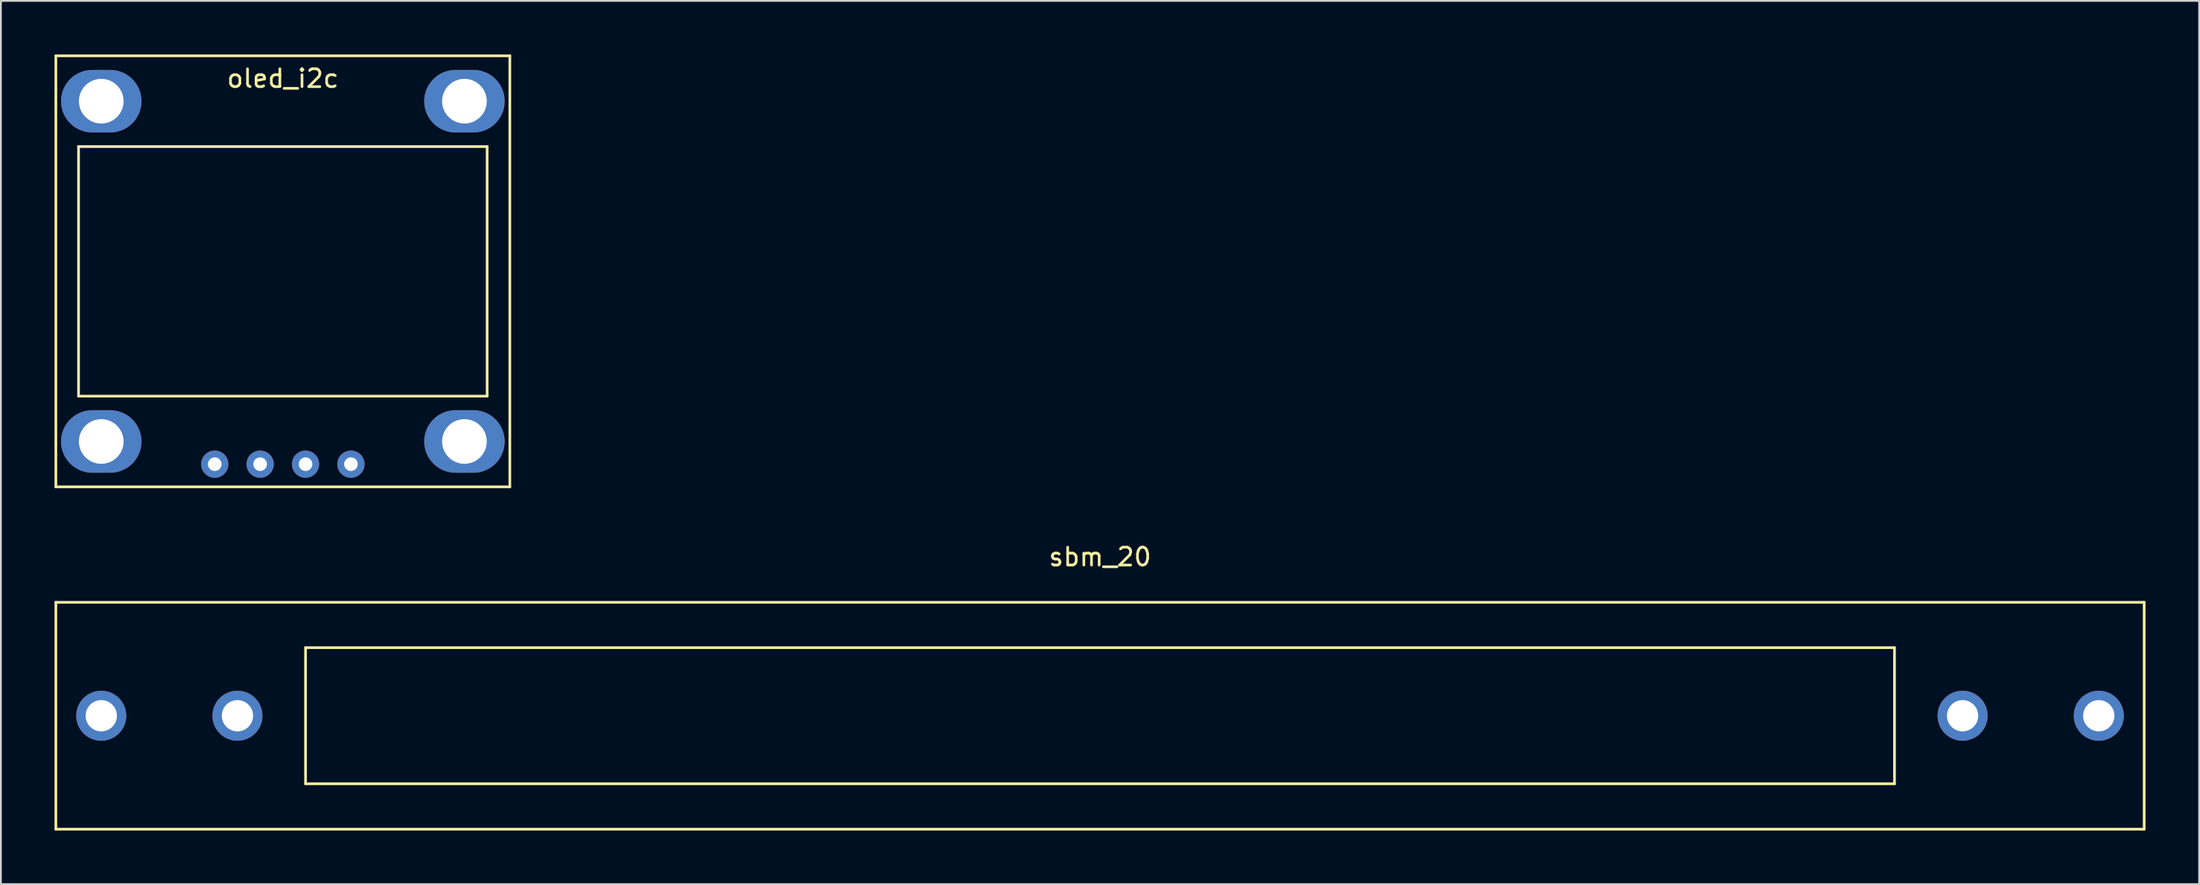
<source format=kicad_pcb>
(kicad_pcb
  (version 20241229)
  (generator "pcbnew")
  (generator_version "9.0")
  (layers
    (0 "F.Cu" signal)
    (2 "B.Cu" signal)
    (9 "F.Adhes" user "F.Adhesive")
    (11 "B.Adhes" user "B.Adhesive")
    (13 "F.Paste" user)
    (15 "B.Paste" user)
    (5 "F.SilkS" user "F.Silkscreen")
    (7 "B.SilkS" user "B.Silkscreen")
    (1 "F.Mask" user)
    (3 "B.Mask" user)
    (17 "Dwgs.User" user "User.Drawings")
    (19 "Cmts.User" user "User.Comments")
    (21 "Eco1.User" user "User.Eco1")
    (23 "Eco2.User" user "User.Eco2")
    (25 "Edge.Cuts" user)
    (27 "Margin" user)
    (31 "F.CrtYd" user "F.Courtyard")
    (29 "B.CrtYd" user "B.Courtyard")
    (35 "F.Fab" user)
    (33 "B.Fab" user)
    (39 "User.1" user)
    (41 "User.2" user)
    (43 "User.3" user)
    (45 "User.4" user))
  (footprint "oled_i2c"
    (layer "F.Cu")
    (at 12.775 17.855)
    (property "Reference" "oled_i2c" (at 0 -16.51 0) (layer "F.SilkS") (effects (font (size 1 1) (thickness 0.15))))
    (attr through_hole)
    (fp_line (start -12.7 -17.78) (end -12.7 6.35) (stroke (width 0.15) (type solid)) (layer "F.SilkS"))
    (fp_line (start -12.7 6.35) (end 12.7 6.35) (stroke (width 0.15) (type solid)) (layer "F.SilkS"))
    (fp_line (start -11.43 -12.7) (end 11.43 -12.7) (stroke (width 0.15) (type solid)) (layer "F.SilkS"))
    (fp_line (start -11.43 1.27) (end -11.43 -12.7) (stroke (width 0.15) (type solid)) (layer "F.SilkS"))
    (fp_line (start 11.43 -12.7) (end 11.43 1.27) (stroke (width 0.15) (type solid)) (layer "F.SilkS"))
    (fp_line (start 11.43 1.27) (end -11.43 1.27) (stroke (width 0.15) (type solid)) (layer "F.SilkS"))
    (fp_line (start 12.7 -17.78) (end -12.7 -17.78) (stroke (width 0.15) (type solid)) (layer "F.SilkS"))
    (fp_line (start 12.7 6.35) (end 12.7 -17.78) (stroke (width 0.15) (type solid)) (layer "F.SilkS"))
    (pad "1" thru_hole oval (at -10.16 -15.24) (size 4.5 3.5) (drill 2.5) (layers "*.Cu" "*.Mask"))
    (pad "1" thru_hole oval (at -10.16 3.81) (size 4.5 3.5) (drill 2.5) (layers "*.Cu" "*.Mask"))
    (pad "1" thru_hole circle (at 3.81 5.08) (size 1.524 1.524) (drill 0.762) (layers "*.Cu" "*.Mask"))
    (pad "1" thru_hole oval (at 10.16 -15.24) (size 4.5 3.5) (drill 2.5) (layers "*.Cu" "*.Mask"))
    (pad "1" thru_hole oval (at 10.16 3.81) (size 4.5 3.5) (drill 2.5) (layers "*.Cu" "*.Mask"))
    (pad "2" thru_hole circle (at 1.27 5.08) (size 1.524 1.524) (drill 0.762) (layers "*.Cu" "*.Mask"))
    (pad "3" thru_hole circle (at -1.27 5.08) (size 1.524 1.524) (drill 0.762) (layers "*.Cu" "*.Mask"))
    (pad "4" thru_hole circle (at -3.81 5.08) (size 1.524 1.524) (drill 0.762) (layers "*.Cu" "*.Mask")))
  (footprint "sbm_20"
    (layer "F.Cu")
    (at 58.495 37.018)
    (property "Reference" "sbm_20" (at 0 -8.89 0) (layer "F.SilkS") (effects (font (size 1 1) (thickness 0.15))))
    (attr through_hole)
    (fp_line (start -58.42 -6.35) (end 58.42 -6.35) (stroke (width 0.15) (type solid)) (layer "F.SilkS"))
    (fp_line (start -58.42 6.35) (end -58.42 -6.35) (stroke (width 0.15) (type solid)) (layer "F.SilkS"))
    (fp_line (start -44.45 -3.81) (end 44.45 -3.81) (stroke (width 0.15) (type solid)) (layer "F.SilkS"))
    (fp_line (start -44.45 3.81) (end -44.45 -3.81) (stroke (width 0.15) (type solid)) (layer "F.SilkS"))
    (fp_line (start 44.45 -3.81) (end 44.45 3.81) (stroke (width 0.15) (type solid)) (layer "F.SilkS"))
    (fp_line (start 44.45 3.81) (end -44.45 3.81) (stroke (width 0.15) (type solid)) (layer "F.SilkS"))
    (fp_line (start 58.42 -6.35) (end 58.42 6.35) (stroke (width 0.15) (type solid)) (layer "F.SilkS"))
    (fp_line (start 58.42 6.35) (end -58.42 6.35) (stroke (width 0.15) (type solid)) (layer "F.SilkS"))
    (pad "1" thru_hole circle (at -55.88 0) (size 2.8 2.8) (drill 1.75) (layers "*.Cu" "*.Mask"))
    (pad "1" thru_hole circle (at -48.26 0) (size 2.8 2.8) (drill 1.75) (layers "*.Cu" "*.Mask"))
    (pad "2" thru_hole circle (at 48.26 0) (size 2.8 2.8) (drill 1.75) (layers "*.Cu" "*.Mask"))
    (pad "2" thru_hole circle (at 55.88 0) (size 2.8 2.8) (drill 1.75) (layers "*.Cu" "*.Mask")))
  (gr_rect
    (start -3 -3)
    (end 119.99 46.443)
    (stroke (width 0.1) (type default))
    (fill no)
    (layer "Edge.Cuts")))
</source>
